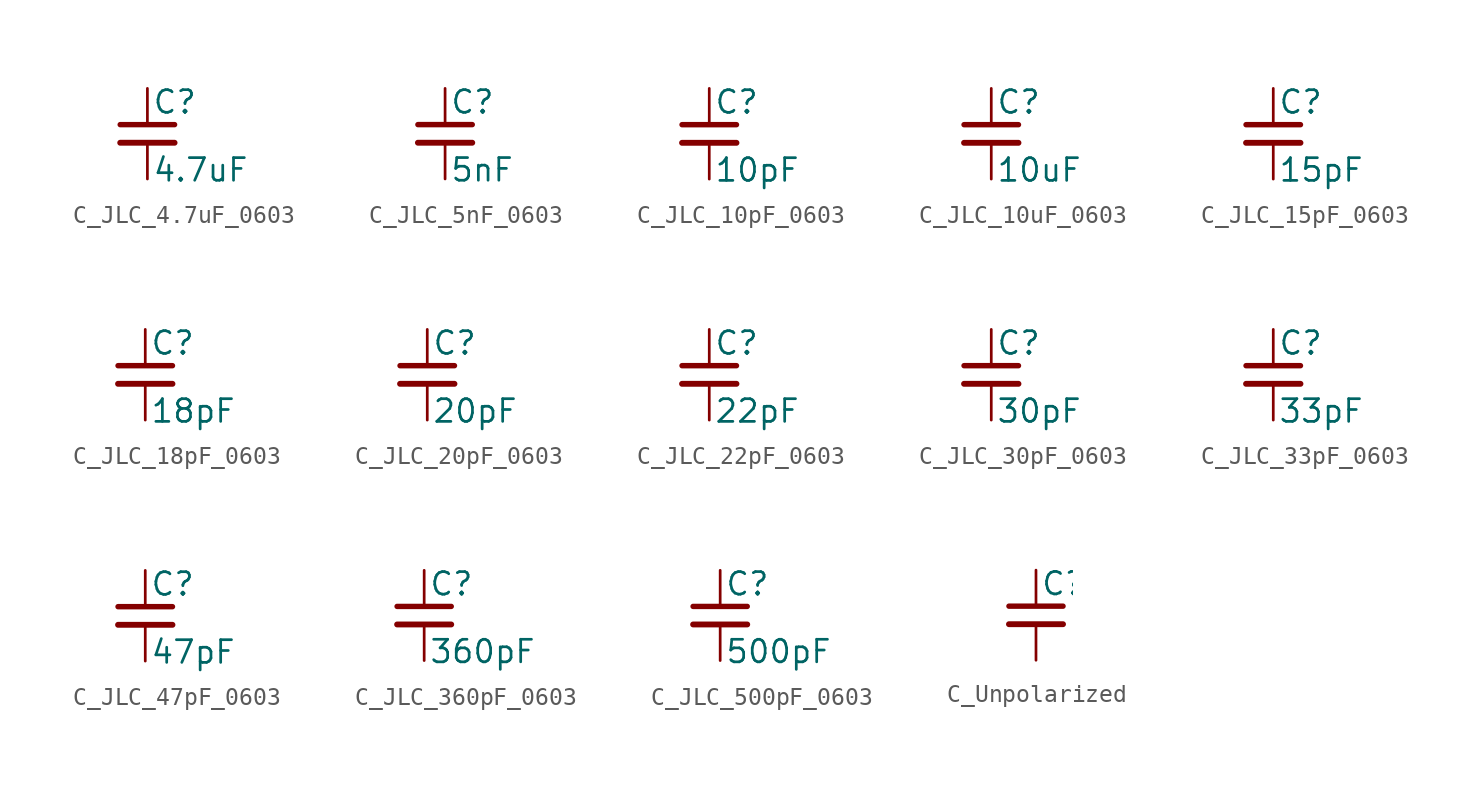
<source format=kicad_sym>
(kicad_symbol_lib
  (version 20231120)
  (generator "kicad_symbol_editor")
  (generator_version "8.0")
  (symbol "C_JLC_4.7uF_0603"
    (pin_numbers hide)
    (pin_names
      (offset 0.254) hide)
    (property "Reference" "C"
      (at 0.254 1.778 0)
      (effects (font (size 1.27 1.27)) (justify left)))
    (property "Value" "4.7uF"
      (at 0.254 -2.032 0)
      (effects (font (size 1.27 1.27)) (justify left)))
    (symbol "C_JLC_4.7uF_0603_0_1"
      (polyline (pts (xy -1.524 -0.508) (xy 1.524 -0.508)) (stroke (width 0.33) (type default)) (fill (type none)))
      (polyline (pts (xy -1.524 0.508) (xy 1.524 0.508)) (stroke (width 0.305) (type default)) (fill (type none))))
    (symbol "C_JLC_4.7uF_0603_1_1"
      (pin passive line (at 0 2.54 270) (length 2.032) (name "~" (effects (font (size 1.27 1.27)))) (number "1" (effects (font (size 1.27 1.27)))))
      (pin passive line (at 0 -2.54 90) (length 2.032) (name "~" (effects (font (size 1.27 1.27)))) (number "2" (effects (font (size 1.27 1.27)))))))
  (symbol "C_JLC_5nF_0603"
    (pin_numbers hide)
    (pin_names
      (offset 0.254) hide)
    (property "Reference" "C"
      (at 0.254 1.778 0)
      (effects (font (size 1.27 1.27)) (justify left)))
    (property "Value" "5nF"
      (at 0.254 -2.032 0)
      (effects (font (size 1.27 1.27)) (justify left)))
    (symbol "C_JLC_5nF_0603_0_1"
      (polyline (pts (xy -1.524 -0.508) (xy 1.524 -0.508)) (stroke (width 0.33) (type default)) (fill (type none)))
      (polyline (pts (xy -1.524 0.508) (xy 1.524 0.508)) (stroke (width 0.305) (type default)) (fill (type none))))
    (symbol "C_JLC_5nF_0603_1_1"
      (pin passive line (at 0 2.54 270) (length 2.032) (name "~" (effects (font (size 1.27 1.27)))) (number "1" (effects (font (size 1.27 1.27)))))
      (pin passive line (at 0 -2.54 90) (length 2.032) (name "~" (effects (font (size 1.27 1.27)))) (number "2" (effects (font (size 1.27 1.27)))))))
  (symbol "C_JLC_10pF_0603"
    (pin_numbers hide)
    (pin_names
      (offset 0.254) hide)
    (property "Reference" "C"
      (at 0.254 1.778 0)
      (effects (font (size 1.27 1.27)) (justify left)))
    (property "Value" "10pF"
      (at 0.254 -2.032 0)
      (effects (font (size 1.27 1.27)) (justify left)))
    (symbol "C_JLC_10pF_0603_0_1"
      (polyline (pts (xy -1.524 -0.508) (xy 1.524 -0.508)) (stroke (width 0.33) (type default)) (fill (type none)))
      (polyline (pts (xy -1.524 0.508) (xy 1.524 0.508)) (stroke (width 0.305) (type default)) (fill (type none))))
    (symbol "C_JLC_10pF_0603_1_1"
      (pin passive line (at 0 2.54 270) (length 2.032) (name "~" (effects (font (size 1.27 1.27)))) (number "1" (effects (font (size 1.27 1.27)))))
      (pin passive line (at 0 -2.54 90) (length 2.032) (name "~" (effects (font (size 1.27 1.27)))) (number "2" (effects (font (size 1.27 1.27)))))))
  (symbol "C_JLC_10uF_0603"
    (pin_numbers hide)
    (pin_names
      (offset 0.254) hide)
    (property "Reference" "C"
      (at 0.254 1.778 0)
      (effects (font (size 1.27 1.27)) (justify left)))
    (property "Value" "10uF"
      (at 0.254 -2.032 0)
      (effects (font (size 1.27 1.27)) (justify left)))
    (symbol "C_JLC_10uF_0603_0_1"
      (polyline (pts (xy -1.524 -0.508) (xy 1.524 -0.508)) (stroke (width 0.33) (type default)) (fill (type none)))
      (polyline (pts (xy -1.524 0.508) (xy 1.524 0.508)) (stroke (width 0.305) (type default)) (fill (type none))))
    (symbol "C_JLC_10uF_0603_1_1"
      (pin passive line (at 0 2.54 270) (length 2.032) (name "~" (effects (font (size 1.27 1.27)))) (number "1" (effects (font (size 1.27 1.27)))))
      (pin passive line (at 0 -2.54 90) (length 2.032) (name "~" (effects (font (size 1.27 1.27)))) (number "2" (effects (font (size 1.27 1.27)))))))
  (symbol "C_JLC_15pF_0603"
    (pin_numbers hide)
    (pin_names
      (offset 0.254) hide)
    (property "Reference" "C"
      (at 0.254 1.778 0)
      (effects (font (size 1.27 1.27)) (justify left)))
    (property "Value" "15pF"
      (at 0.254 -2.032 0)
      (effects (font (size 1.27 1.27)) (justify left)))
    (symbol "C_JLC_15pF_0603_0_1"
      (polyline (pts (xy -1.524 -0.508) (xy 1.524 -0.508)) (stroke (width 0.33) (type default)) (fill (type none)))
      (polyline (pts (xy -1.524 0.508) (xy 1.524 0.508)) (stroke (width 0.305) (type default)) (fill (type none))))
    (symbol "C_JLC_15pF_0603_1_1"
      (pin passive line (at 0 2.54 270) (length 2.032) (name "~" (effects (font (size 1.27 1.27)))) (number "1" (effects (font (size 1.27 1.27)))))
      (pin passive line (at 0 -2.54 90) (length 2.032) (name "~" (effects (font (size 1.27 1.27)))) (number "2" (effects (font (size 1.27 1.27)))))))
  (symbol "C_JLC_18pF_0603"
    (pin_numbers hide)
    (pin_names
      (offset 0.254) hide)
    (property "Reference" "C"
      (at 0.254 1.778 0)
      (effects (font (size 1.27 1.27)) (justify left)))
    (property "Value" "18pF"
      (at 0.254 -2.032 0)
      (effects (font (size 1.27 1.27)) (justify left)))
    (symbol "C_JLC_18pF_0603_0_1"
      (polyline (pts (xy -1.524 -0.508) (xy 1.524 -0.508)) (stroke (width 0.33) (type default)) (fill (type none)))
      (polyline (pts (xy -1.524 0.508) (xy 1.524 0.508)) (stroke (width 0.305) (type default)) (fill (type none))))
    (symbol "C_JLC_18pF_0603_1_1"
      (pin passive line (at 0 2.54 270) (length 2.032) (name "~" (effects (font (size 1.27 1.27)))) (number "1" (effects (font (size 1.27 1.27)))))
      (pin passive line (at 0 -2.54 90) (length 2.032) (name "~" (effects (font (size 1.27 1.27)))) (number "2" (effects (font (size 1.27 1.27)))))))
  (symbol "C_JLC_20pF_0603"
    (pin_numbers hide)
    (pin_names
      (offset 0.254) hide)
    (property "Reference" "C"
      (at 0.254 1.778 0)
      (effects (font (size 1.27 1.27)) (justify left)))
    (property "Value" "20pF"
      (at 0.254 -2.032 0)
      (effects (font (size 1.27 1.27)) (justify left)))
    (symbol "C_JLC_20pF_0603_0_1"
      (polyline (pts (xy -1.524 -0.508) (xy 1.524 -0.508)) (stroke (width 0.33) (type default)) (fill (type none)))
      (polyline (pts (xy -1.524 0.508) (xy 1.524 0.508)) (stroke (width 0.305) (type default)) (fill (type none))))
    (symbol "C_JLC_20pF_0603_1_1"
      (pin passive line (at 0 2.54 270) (length 2.032) (name "~" (effects (font (size 1.27 1.27)))) (number "1" (effects (font (size 1.27 1.27)))))
      (pin passive line (at 0 -2.54 90) (length 2.032) (name "~" (effects (font (size 1.27 1.27)))) (number "2" (effects (font (size 1.27 1.27)))))))
  (symbol "C_JLC_22pF_0603"
    (pin_numbers hide)
    (pin_names
      (offset 0.254) hide)
    (property "Reference" "C"
      (at 0.254 1.778 0)
      (effects (font (size 1.27 1.27)) (justify left)))
    (property "Value" "22pF"
      (at 0.254 -2.032 0)
      (effects (font (size 1.27 1.27)) (justify left)))
    (symbol "C_JLC_22pF_0603_0_1"
      (polyline (pts (xy -1.524 -0.508) (xy 1.524 -0.508)) (stroke (width 0.33) (type default)) (fill (type none)))
      (polyline (pts (xy -1.524 0.508) (xy 1.524 0.508)) (stroke (width 0.305) (type default)) (fill (type none))))
    (symbol "C_JLC_22pF_0603_1_1"
      (pin passive line (at 0 2.54 270) (length 2.032) (name "~" (effects (font (size 1.27 1.27)))) (number "1" (effects (font (size 1.27 1.27)))))
      (pin passive line (at 0 -2.54 90) (length 2.032) (name "~" (effects (font (size 1.27 1.27)))) (number "2" (effects (font (size 1.27 1.27)))))))
  (symbol "C_JLC_30pF_0603"
    (pin_numbers hide)
    (pin_names
      (offset 0.254) hide)
    (property "Reference" "C"
      (at 0.254 1.778 0)
      (effects (font (size 1.27 1.27)) (justify left)))
    (property "Value" "30pF"
      (at 0.254 -2.032 0)
      (effects (font (size 1.27 1.27)) (justify left)))
    (symbol "C_JLC_30pF_0603_0_1"
      (polyline (pts (xy -1.524 -0.508) (xy 1.524 -0.508)) (stroke (width 0.33) (type default)) (fill (type none)))
      (polyline (pts (xy -1.524 0.508) (xy 1.524 0.508)) (stroke (width 0.305) (type default)) (fill (type none))))
    (symbol "C_JLC_30pF_0603_1_1"
      (pin passive line (at 0 2.54 270) (length 2.032) (name "~" (effects (font (size 1.27 1.27)))) (number "1" (effects (font (size 1.27 1.27)))))
      (pin passive line (at 0 -2.54 90) (length 2.032) (name "~" (effects (font (size 1.27 1.27)))) (number "2" (effects (font (size 1.27 1.27)))))))
  (symbol "C_JLC_33pF_0603"
    (pin_numbers hide)
    (pin_names
      (offset 0.254) hide)
    (property "Reference" "C"
      (at 0.254 1.778 0)
      (effects (font (size 1.27 1.27)) (justify left)))
    (property "Value" "33pF"
      (at 0.254 -2.032 0)
      (effects (font (size 1.27 1.27)) (justify left)))
    (symbol "C_JLC_33pF_0603_0_1"
      (polyline (pts (xy -1.524 -0.508) (xy 1.524 -0.508)) (stroke (width 0.33) (type default)) (fill (type none)))
      (polyline (pts (xy -1.524 0.508) (xy 1.524 0.508)) (stroke (width 0.305) (type default)) (fill (type none))))
    (symbol "C_JLC_33pF_0603_1_1"
      (pin passive line (at 0 2.54 270) (length 2.032) (name "~" (effects (font (size 1.27 1.27)))) (number "1" (effects (font (size 1.27 1.27)))))
      (pin passive line (at 0 -2.54 90) (length 2.032) (name "~" (effects (font (size 1.27 1.27)))) (number "2" (effects (font (size 1.27 1.27)))))))
  (symbol "C_JLC_47pF_0603"
    (pin_numbers hide)
    (pin_names
      (offset 0.254) hide)
    (property "Reference" "C"
      (at 0.254 1.778 0)
      (effects (font (size 1.27 1.27)) (justify left)))
    (property "Value" "47pF"
      (at 0.254 -2.032 0)
      (effects (font (size 1.27 1.27)) (justify left)))
    (symbol "C_JLC_47pF_0603_0_1"
      (polyline (pts (xy -1.524 -0.508) (xy 1.524 -0.508)) (stroke (width 0.33) (type default)) (fill (type none)))
      (polyline (pts (xy -1.524 0.508) (xy 1.524 0.508)) (stroke (width 0.305) (type default)) (fill (type none))))
    (symbol "C_JLC_47pF_0603_1_1"
      (pin passive line (at 0 2.54 270) (length 2.032) (name "~" (effects (font (size 1.27 1.27)))) (number "1" (effects (font (size 1.27 1.27)))))
      (pin passive line (at 0 -2.54 90) (length 2.032) (name "~" (effects (font (size 1.27 1.27)))) (number "2" (effects (font (size 1.27 1.27)))))))
  (symbol "C_JLC_360pF_0603"
    (pin_numbers hide)
    (pin_names
      (offset 0.254) hide)
    (property "Reference" "C"
      (at 0.254 1.778 0)
      (effects (font (size 1.27 1.27)) (justify left)))
    (property "Value" "360pF"
      (at 0.254 -2.032 0)
      (effects (font (size 1.27 1.27)) (justify left)))
    (symbol "C_JLC_360pF_0603_0_1"
      (polyline (pts (xy -1.524 -0.508) (xy 1.524 -0.508)) (stroke (width 0.33) (type default)) (fill (type none)))
      (polyline (pts (xy -1.524 0.508) (xy 1.524 0.508)) (stroke (width 0.305) (type default)) (fill (type none))))
    (symbol "C_JLC_360pF_0603_1_1"
      (pin passive line (at 0 2.54 270) (length 2.032) (name "~" (effects (font (size 1.27 1.27)))) (number "1" (effects (font (size 1.27 1.27)))))
      (pin passive line (at 0 -2.54 90) (length 2.032) (name "~" (effects (font (size 1.27 1.27)))) (number "2" (effects (font (size 1.27 1.27)))))))
  (symbol "C_JLC_500pF_0603"
    (pin_numbers hide)
    (pin_names
      (offset 0.254) hide)
    (property "Reference" "C"
      (at 0.254 1.778 0)
      (effects (font (size 1.27 1.27)) (justify left)))
    (property "Value" "500pF"
      (at 0.254 -2.032 0)
      (effects (font (size 1.27 1.27)) (justify left)))
    (symbol "C_JLC_500pF_0603_0_1"
      (polyline (pts (xy -1.524 -0.508) (xy 1.524 -0.508)) (stroke (width 0.33) (type default)) (fill (type none)))
      (polyline (pts (xy -1.524 0.508) (xy 1.524 0.508)) (stroke (width 0.305) (type default)) (fill (type none))))
    (symbol "C_JLC_500pF_0603_1_1"
      (pin passive line (at 0 2.54 270) (length 2.032) (name "~" (effects (font (size 1.27 1.27)))) (number "1" (effects (font (size 1.27 1.27)))))
      (pin passive line (at 0 -2.54 90) (length 2.032) (name "~" (effects (font (size 1.27 1.27)))) (number "2" (effects (font (size 1.27 1.27)))))))
  (symbol "C_Unpolarized"
    (pin_numbers hide)
    (pin_names
      (offset 0.254) hide)
    (property "Reference" "C"
      (at 0.254 1.778 0)
      (effects (font (size 1.27 1.27)) (justify left)))
    (property "Value" ""
      (at 0.254 -2.032 0)
      (effects (font (size 1.27 1.27)) (justify left)))
    (symbol "C_Unpolarized_0_1"
      (polyline (pts (xy -1.524 -0.508) (xy 1.524 -0.508)) (stroke (width 0.33) (type default)) (fill (type none)))
      (polyline (pts (xy -1.524 0.508) (xy 1.524 0.508)) (stroke (width 0.305) (type default)) (fill (type none))))
    (symbol "C_Unpolarized_1_1"
      (pin passive line (at 0 2.54 270) (length 2.032) (name "~" (effects (font (size 1.27 1.27)))) (number "1" (effects (font (size 1.27 1.27)))))
      (pin passive line (at 0 -2.54 90) (length 2.032) (name "~" (effects (font (size 1.27 1.27)))) (number "2" (effects (font (size 1.27 1.27))))))))
</source>
